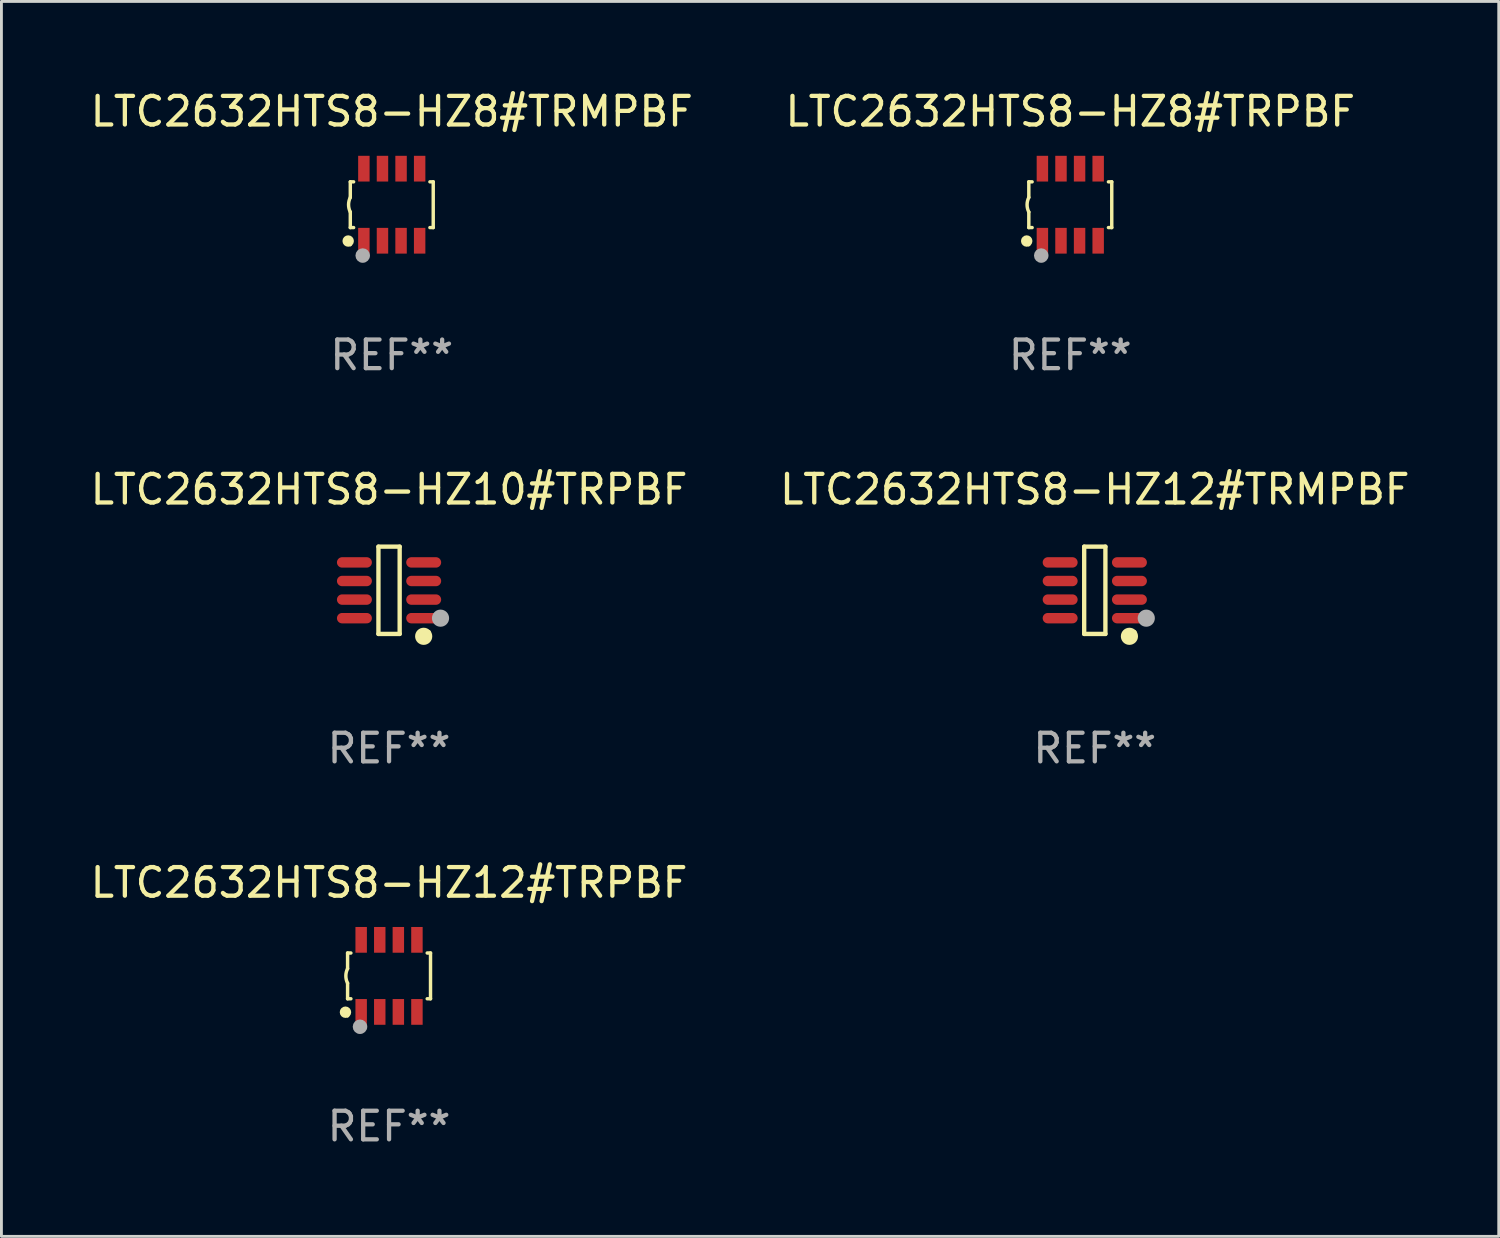
<source format=kicad_pcb>
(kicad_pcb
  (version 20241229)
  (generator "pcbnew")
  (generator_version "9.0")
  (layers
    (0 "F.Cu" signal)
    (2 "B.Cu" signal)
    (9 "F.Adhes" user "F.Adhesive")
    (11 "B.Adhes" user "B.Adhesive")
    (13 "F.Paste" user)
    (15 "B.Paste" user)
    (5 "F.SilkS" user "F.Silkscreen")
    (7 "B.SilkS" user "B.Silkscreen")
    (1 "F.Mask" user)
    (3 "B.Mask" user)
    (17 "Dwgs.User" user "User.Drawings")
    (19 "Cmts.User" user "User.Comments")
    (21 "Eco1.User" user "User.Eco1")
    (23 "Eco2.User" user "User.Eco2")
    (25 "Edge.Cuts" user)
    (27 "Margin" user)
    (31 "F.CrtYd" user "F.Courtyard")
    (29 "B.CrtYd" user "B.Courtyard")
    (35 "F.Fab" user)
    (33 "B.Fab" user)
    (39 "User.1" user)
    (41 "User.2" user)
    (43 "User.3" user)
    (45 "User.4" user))
  (footprint "LTC2632HTS8-HZ12#TRPBF"
    (layer "F.Cu")
    (at 10.554 31.074)
    (property "Reference" "LTC2632HTS8-HZ12#TRPBF" (at 0 -3.26 0) (layer "F.SilkS") (effects (font (size 1 1) (thickness 0.15))))
    (attr through_hole)
    (fp_line (start -1.45 -0.8) (end -1.45 -0.254) (stroke (width 0.12) (type solid)) (layer "F.SilkS"))
    (fp_line (start -1.45 -0.8) (end -1.334 -0.8) (stroke (width 0.12) (type solid)) (layer "F.SilkS"))
    (fp_line (start -1.45 0.8) (end -1.45 0.254) (stroke (width 0.12) (type solid)) (layer "F.SilkS"))
    (fp_line (start -1.45 0.8) (end -1.334 0.8) (stroke (width 0.12) (type solid)) (layer "F.SilkS"))
    (fp_line (start 1.334 -0.8) (end 1.45 -0.8) (stroke (width 0.12) (type solid)) (layer "F.SilkS"))
    (fp_line (start 1.334 0.8) (end 1.45 0.8) (stroke (width 0.12) (type solid)) (layer "F.SilkS"))
    (fp_line (start 1.45 0.8) (end 1.45 -0.8) (stroke (width 0.12) (type solid)) (layer "F.SilkS"))
    (fp_arc (start -1.45075 0.255144) (mid -1.510605 0.000434) (end -1.450013 -0.254102) (stroke (width 0.11999) (type solid)) (layer "F.SilkS"))
    (fp_circle (center -1.524 1.27) (end -1.424 1.27) (stroke (width 0.2) (type solid)) (fill no) (layer "F.SilkS"))
    (fp_circle (center -1.45 1.4) (end -1.42 1.4) (stroke (width 0.06) (type solid)) (fill no) (layer "F.SilkS"))
    (fp_circle (center -1.016 1.778) (end -0.889 1.778) (stroke (width 0.254) (type solid)) (fill no) (layer "F.Fab"))
    (fp_text user "REF**" (at 0 5.26 0) (layer "F.Fab") (effects (font (size 1 1) (thickness 0.15))))
    (pad "1" smd rect (at -0.975 1.26) (size 0.4 0.9) (layers "F.Cu" "F.Mask" "F.Paste"))
    (pad "2" smd rect (at -0.325 1.26) (size 0.4 0.9) (layers "F.Cu" "F.Mask" "F.Paste"))
    (pad "3" smd rect (at 0.325 1.26) (size 0.4 0.9) (layers "F.Cu" "F.Mask" "F.Paste"))
    (pad "4" smd rect (at 0.975 1.26) (size 0.4 0.9) (layers "F.Cu" "F.Mask" "F.Paste"))
    (pad "5" smd rect (at 0.975 -1.26) (size 0.4 0.9) (layers "F.Cu" "F.Mask" "F.Paste"))
    (pad "6" smd rect (at 0.325 -1.26) (size 0.4 0.9) (layers "F.Cu" "F.Mask" "F.Paste"))
    (pad "7" smd rect (at -0.325 -1.26) (size 0.4 0.9) (layers "F.Cu" "F.Mask" "F.Paste"))
    (pad "8" smd rect (at -0.975 -1.26) (size 0.4 0.9) (layers "F.Cu" "F.Mask" "F.Paste")))
  (footprint "LTC2632HTS8-HZ8#TRMPBF"
    (layer "F.Cu")
    (at 10.649 4.108)
    (property "Reference" "LTC2632HTS8-HZ8#TRMPBF" (at 0 -3.26 0) (layer "F.SilkS") (effects (font (size 1 1) (thickness 0.15))))
    (attr through_hole)
    (fp_line (start -1.45 -0.8) (end -1.45 -0.254) (stroke (width 0.12) (type solid)) (layer "F.SilkS"))
    (fp_line (start -1.45 -0.8) (end -1.334 -0.8) (stroke (width 0.12) (type solid)) (layer "F.SilkS"))
    (fp_line (start -1.45 0.8) (end -1.45 0.254) (stroke (width 0.12) (type solid)) (layer "F.SilkS"))
    (fp_line (start -1.45 0.8) (end -1.334 0.8) (stroke (width 0.12) (type solid)) (layer "F.SilkS"))
    (fp_line (start 1.334 -0.8) (end 1.45 -0.8) (stroke (width 0.12) (type solid)) (layer "F.SilkS"))
    (fp_line (start 1.334 0.8) (end 1.45 0.8) (stroke (width 0.12) (type solid)) (layer "F.SilkS"))
    (fp_line (start 1.45 0.8) (end 1.45 -0.8) (stroke (width 0.12) (type solid)) (layer "F.SilkS"))
    (fp_arc (start -1.45075 0.255144) (mid -1.510605 0.000434) (end -1.450013 -0.254102) (stroke (width 0.11999) (type solid)) (layer "F.SilkS"))
    (fp_circle (center -1.524 1.27) (end -1.424 1.27) (stroke (width 0.2) (type solid)) (fill no) (layer "F.SilkS"))
    (fp_circle (center -1.45 1.4) (end -1.42 1.4) (stroke (width 0.06) (type solid)) (fill no) (layer "F.SilkS"))
    (fp_circle (center -1.016 1.778) (end -0.889 1.778) (stroke (width 0.254) (type solid)) (fill no) (layer "F.Fab"))
    (fp_text user "REF**" (at 0 5.26 0) (layer "F.Fab") (effects (font (size 1 1) (thickness 0.15))))
    (pad "1" smd rect (at -0.975 1.26) (size 0.4 0.9) (layers "F.Cu" "F.Mask" "F.Paste"))
    (pad "2" smd rect (at -0.325 1.26) (size 0.4 0.9) (layers "F.Cu" "F.Mask" "F.Paste"))
    (pad "3" smd rect (at 0.325 1.26) (size 0.4 0.9) (layers "F.Cu" "F.Mask" "F.Paste"))
    (pad "4" smd rect (at 0.975 1.26) (size 0.4 0.9) (layers "F.Cu" "F.Mask" "F.Paste"))
    (pad "5" smd rect (at 0.975 -1.26) (size 0.4 0.9) (layers "F.Cu" "F.Mask" "F.Paste"))
    (pad "6" smd rect (at 0.325 -1.26) (size 0.4 0.9) (layers "F.Cu" "F.Mask" "F.Paste"))
    (pad "7" smd rect (at -0.325 -1.26) (size 0.4 0.9) (layers "F.Cu" "F.Mask" "F.Paste"))
    (pad "8" smd rect (at -0.975 -1.26) (size 0.4 0.9) (layers "F.Cu" "F.Mask" "F.Paste")))
  (footprint "LTC2632HTS8-HZ8#TRPBF"
    (layer "F.Cu")
    (at 34.375 4.108)
    (property "Reference" "LTC2632HTS8-HZ8#TRPBF" (at 0 -3.26 0) (layer "F.SilkS") (effects (font (size 1 1) (thickness 0.15))))
    (attr through_hole)
    (fp_line (start -1.45 -0.8) (end -1.45 -0.254) (stroke (width 0.12) (type solid)) (layer "F.SilkS"))
    (fp_line (start -1.45 -0.8) (end -1.334 -0.8) (stroke (width 0.12) (type solid)) (layer "F.SilkS"))
    (fp_line (start -1.45 0.8) (end -1.45 0.254) (stroke (width 0.12) (type solid)) (layer "F.SilkS"))
    (fp_line (start -1.45 0.8) (end -1.334 0.8) (stroke (width 0.12) (type solid)) (layer "F.SilkS"))
    (fp_line (start 1.334 -0.8) (end 1.45 -0.8) (stroke (width 0.12) (type solid)) (layer "F.SilkS"))
    (fp_line (start 1.334 0.8) (end 1.45 0.8) (stroke (width 0.12) (type solid)) (layer "F.SilkS"))
    (fp_line (start 1.45 0.8) (end 1.45 -0.8) (stroke (width 0.12) (type solid)) (layer "F.SilkS"))
    (fp_arc (start -1.45075 0.255144) (mid -1.510605 0.000434) (end -1.450013 -0.254102) (stroke (width 0.11999) (type solid)) (layer "F.SilkS"))
    (fp_circle (center -1.524 1.27) (end -1.424 1.27) (stroke (width 0.2) (type solid)) (fill no) (layer "F.SilkS"))
    (fp_circle (center -1.45 1.4) (end -1.42 1.4) (stroke (width 0.06) (type solid)) (fill no) (layer "F.SilkS"))
    (fp_circle (center -1.016 1.778) (end -0.889 1.778) (stroke (width 0.254) (type solid)) (fill no) (layer "F.Fab"))
    (fp_text user "REF**" (at 0 5.26 0) (layer "F.Fab") (effects (font (size 1 1) (thickness 0.15))))
    (pad "1" smd rect (at -0.975 1.26) (size 0.4 0.9) (layers "F.Cu" "F.Mask" "F.Paste"))
    (pad "2" smd rect (at -0.325 1.26) (size 0.4 0.9) (layers "F.Cu" "F.Mask" "F.Paste"))
    (pad "3" smd rect (at 0.325 1.26) (size 0.4 0.9) (layers "F.Cu" "F.Mask" "F.Paste"))
    (pad "4" smd rect (at 0.975 1.26) (size 0.4 0.9) (layers "F.Cu" "F.Mask" "F.Paste"))
    (pad "5" smd rect (at 0.975 -1.26) (size 0.4 0.9) (layers "F.Cu" "F.Mask" "F.Paste"))
    (pad "6" smd rect (at 0.325 -1.26) (size 0.4 0.9) (layers "F.Cu" "F.Mask" "F.Paste"))
    (pad "7" smd rect (at -0.325 -1.26) (size 0.4 0.9) (layers "F.Cu" "F.Mask" "F.Paste"))
    (pad "8" smd rect (at -0.975 -1.26) (size 0.4 0.9) (layers "F.Cu" "F.Mask" "F.Paste")))
  (footprint "LTC2632HTS8-HZ10#TRPBF"
    (layer "F.Cu")
    (at 10.554 17.591)
    (property "Reference" "LTC2632HTS8-HZ10#TRPBF" (at 0 -3.526 0) (layer "F.SilkS") (effects (font (size 1 1) (thickness 0.15))))
    (attr through_hole)
    (fp_line (start -0.371 -1.526) (end 0.371 -1.526) (stroke (width 0.152) (type solid)) (layer "F.SilkS"))
    (fp_line (start -0.371 1.526) (end -0.371 -1.526) (stroke (width 0.152) (type solid)) (layer "F.SilkS"))
    (fp_line (start 0.371 -1.526) (end 0.371 1.526) (stroke (width 0.152) (type solid)) (layer "F.SilkS"))
    (fp_line (start 0.371 1.526) (end -0.371 1.526) (stroke (width 0.152) (type solid)) (layer "F.SilkS"))
    (fp_circle (center 1.211 1.609) (end 1.361 1.609) (stroke (width 0.3) (type solid)) (fill no) (layer "F.SilkS"))
    (fp_circle (center 1.4 1.45) (end 1.43 1.45) (stroke (width 0.06) (type solid)) (fill no) (layer "F.SilkS"))
    (fp_circle (center 1.8 0.975) (end 1.95 0.975) (stroke (width 0.3) (type solid)) (fill no) (layer "F.Fab"))
    (fp_text user "REF**" (at 0 5.526 0) (layer "F.Fab") (effects (font (size 1 1) (thickness 0.15))))
    (pad "1" smd oval (at 1.211 0.975) (size 1.222 0.364) (layers "F.Cu" "F.Mask" "F.Paste"))
    (pad "2" smd oval (at 1.211 0.325) (size 1.222 0.364) (layers "F.Cu" "F.Mask" "F.Paste"))
    (pad "3" smd oval (at 1.211 -0.325) (size 1.222 0.364) (layers "F.Cu" "F.Mask" "F.Paste"))
    (pad "4" smd oval (at 1.211 -0.975) (size 1.222 0.364) (layers "F.Cu" "F.Mask" "F.Paste"))
    (pad "5" smd oval (at -1.211 -0.975) (size 1.222 0.364) (layers "F.Cu" "F.Mask" "F.Paste"))
    (pad "6" smd oval (at -1.211 -0.325) (size 1.222 0.364) (layers "F.Cu" "F.Mask" "F.Paste"))
    (pad "7" smd oval (at -1.211 0.325) (size 1.222 0.364) (layers "F.Cu" "F.Mask" "F.Paste"))
    (pad "8" smd oval (at -1.211 0.975) (size 1.222 0.364) (layers "F.Cu" "F.Mask" "F.Paste")))
  (footprint "LTC2632HTS8-HZ12#TRMPBF"
    (layer "F.Cu")
    (at 35.232 17.591)
    (property "Reference" "LTC2632HTS8-HZ12#TRMPBF" (at 0 -3.526 0) (layer "F.SilkS") (effects (font (size 1 1) (thickness 0.15))))
    (attr through_hole)
    (fp_line (start -0.371 -1.526) (end 0.371 -1.526) (stroke (width 0.152) (type solid)) (layer "F.SilkS"))
    (fp_line (start -0.371 1.526) (end -0.371 -1.526) (stroke (width 0.152) (type solid)) (layer "F.SilkS"))
    (fp_line (start 0.371 -1.526) (end 0.371 1.526) (stroke (width 0.152) (type solid)) (layer "F.SilkS"))
    (fp_line (start 0.371 1.526) (end -0.371 1.526) (stroke (width 0.152) (type solid)) (layer "F.SilkS"))
    (fp_circle (center 1.211 1.609) (end 1.361 1.609) (stroke (width 0.3) (type solid)) (fill no) (layer "F.SilkS"))
    (fp_circle (center 1.4 1.45) (end 1.43 1.45) (stroke (width 0.06) (type solid)) (fill no) (layer "F.SilkS"))
    (fp_circle (center 1.8 0.975) (end 1.95 0.975) (stroke (width 0.3) (type solid)) (fill no) (layer "F.Fab"))
    (fp_text user "REF**" (at 0 5.526 0) (layer "F.Fab") (effects (font (size 1 1) (thickness 0.15))))
    (pad "1" smd oval (at 1.211 0.975) (size 1.222 0.364) (layers "F.Cu" "F.Mask" "F.Paste"))
    (pad "2" smd oval (at 1.211 0.325) (size 1.222 0.364) (layers "F.Cu" "F.Mask" "F.Paste"))
    (pad "3" smd oval (at 1.211 -0.325) (size 1.222 0.364) (layers "F.Cu" "F.Mask" "F.Paste"))
    (pad "4" smd oval (at 1.211 -0.975) (size 1.222 0.364) (layers "F.Cu" "F.Mask" "F.Paste"))
    (pad "5" smd oval (at -1.211 -0.975) (size 1.222 0.364) (layers "F.Cu" "F.Mask" "F.Paste"))
    (pad "6" smd oval (at -1.211 -0.325) (size 1.222 0.364) (layers "F.Cu" "F.Mask" "F.Paste"))
    (pad "7" smd oval (at -1.211 0.325) (size 1.222 0.364) (layers "F.Cu" "F.Mask" "F.Paste"))
    (pad "8" smd oval (at -1.211 0.975) (size 1.222 0.364) (layers "F.Cu" "F.Mask" "F.Paste")))
  (gr_rect
    (start -3 -3)
    (end 49.357 40.182)
    (stroke (width 0.1) (type default))
    (fill no)
    (layer "Edge.Cuts")))
</source>
